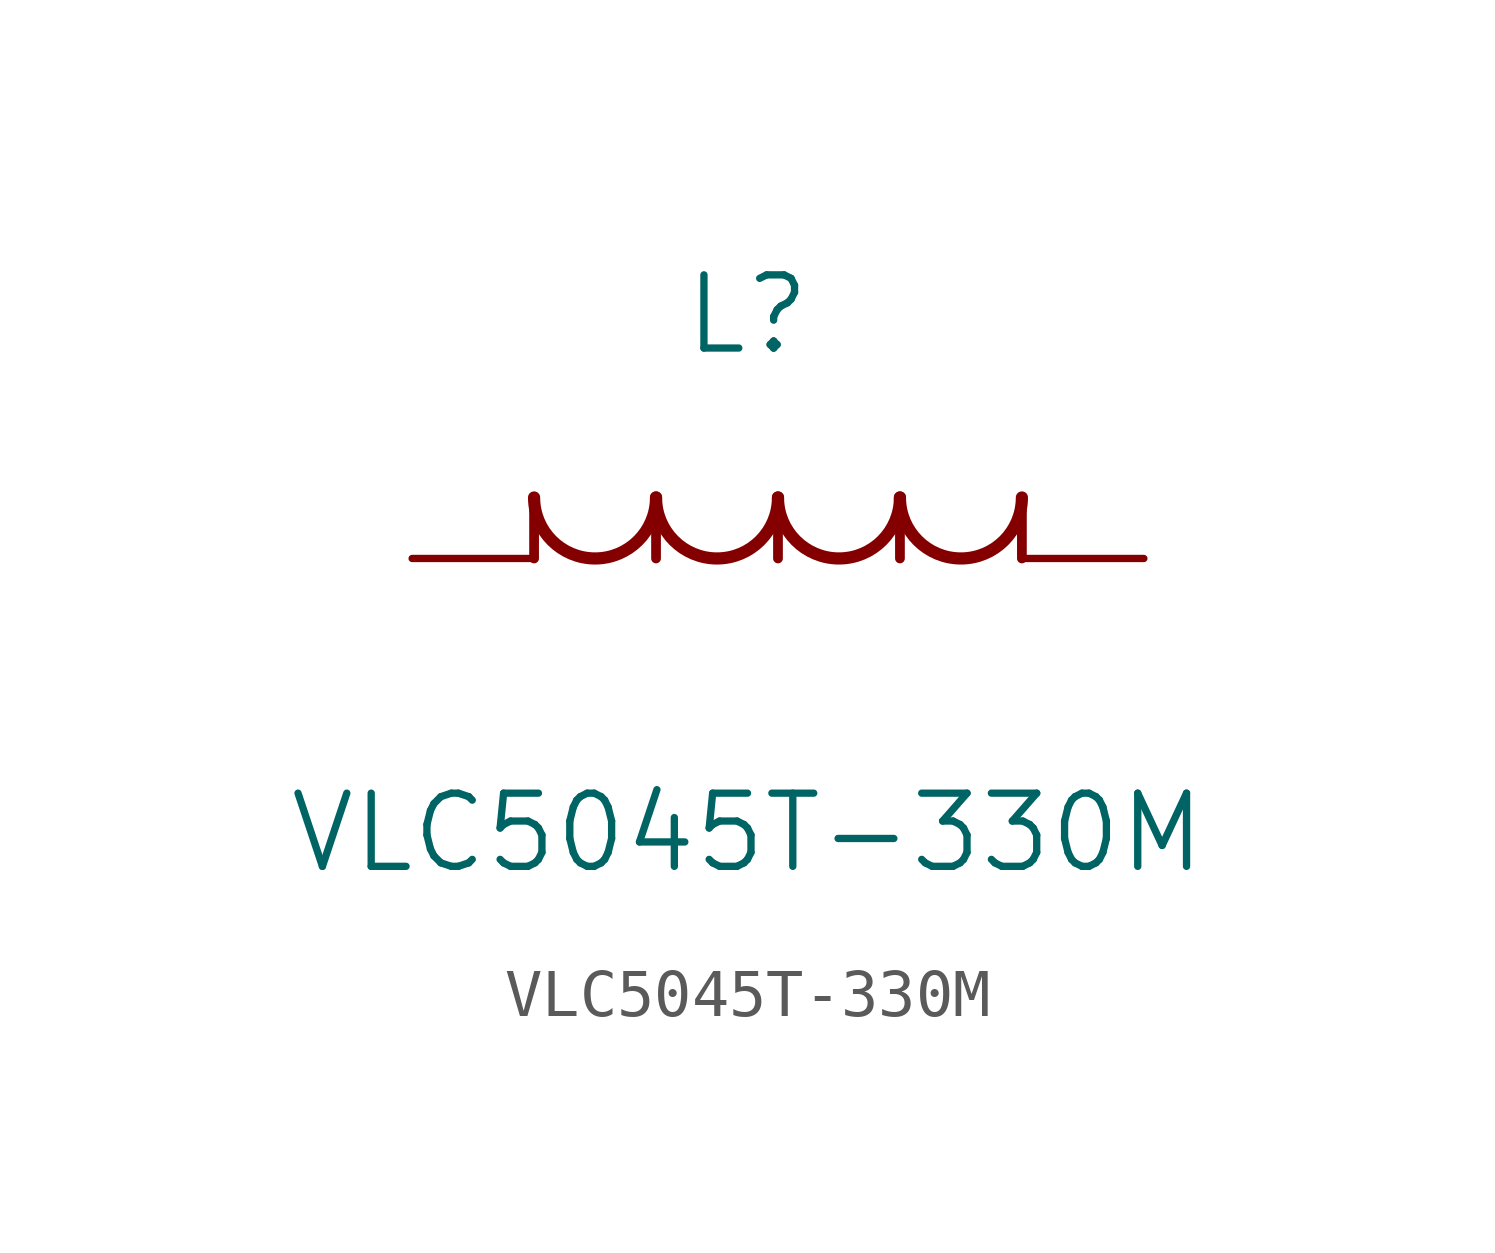
<source format=kicad_sym>
(kicad_symbol_lib
  (version 20211014)
  (generator kicad_symbol_editor)
  (symbol "VLC5045T-330M"
    (pin_numbers hide)
    (pin_names
      (offset 1.651) hide)
    (property "Reference" "L"
      (at 6.985 5.08 0)
      (effects (font (size 1.524 1.524))))
    (property "Value" "VLC5045T-330M"
      (at 6.985 -5.715 0)
      (effects (font (size 1.524 1.524))))
    (property "Datasheet" ""
      (at 0 0 0)
      (effects (font (size 1.524 1.524))))
    (symbol "VLC5045T-330M_1_1"
      (polyline (pts (xy 2.54 0) (xy 2.54 1.27)) (stroke (width 0.203) (type default) (color 0 0 0 0)) (fill (type none)))
      (polyline (pts (xy 5.08 0) (xy 5.08 1.27)) (stroke (width 0.203) (type default) (color 0 0 0 0)) (fill (type none)))
      (polyline (pts (xy 7.62 0) (xy 7.62 1.27)) (stroke (width 0.203) (type default) (color 0 0 0 0)) (fill (type none)))
      (polyline (pts (xy 10.16 0) (xy 10.16 1.27)) (stroke (width 0.203) (type default) (color 0 0 0 0)) (fill (type none)))
      (polyline (pts (xy 12.7 0) (xy 12.7 1.27)) (stroke (width 0.203) (type default) (color 0 0 0 0)) (fill (type none)))
      (arc (start 2.54 1.27) (mid 3.81 0) (end 5.08 1.27) (stroke (width 0.254) (type default) (color 0 0 0 0)) (fill (type none)))
      (arc (start 5.08 1.27) (mid 6.35 0) (end 7.62 1.27) (stroke (width 0.254) (type default) (color 0 0 0 0)) (fill (type none)))
      (arc (start 7.62 1.27) (mid 8.89 0) (end 10.16 1.27) (stroke (width 0.254) (type default) (color 0 0 0 0)) (fill (type none)))
      (arc (start 10.16 1.27) (mid 11.43 0) (end 12.7 1.27) (stroke (width 0.254) (type default) (color 0 0 0 0)) (fill (type none)))
      (pin unspecified line (at 15.24 0 180) (length 2.54) (name "1" (effects (font (size 1.499 1.499)))) (number "1" (effects (font (size 1.499 1.499)))))
      (pin unspecified line (at 0 0 0) (length 2.54) (name "2" (effects (font (size 1.499 1.499)))) (number "2" (effects (font (size 1.499 1.499))))))))
</source>
